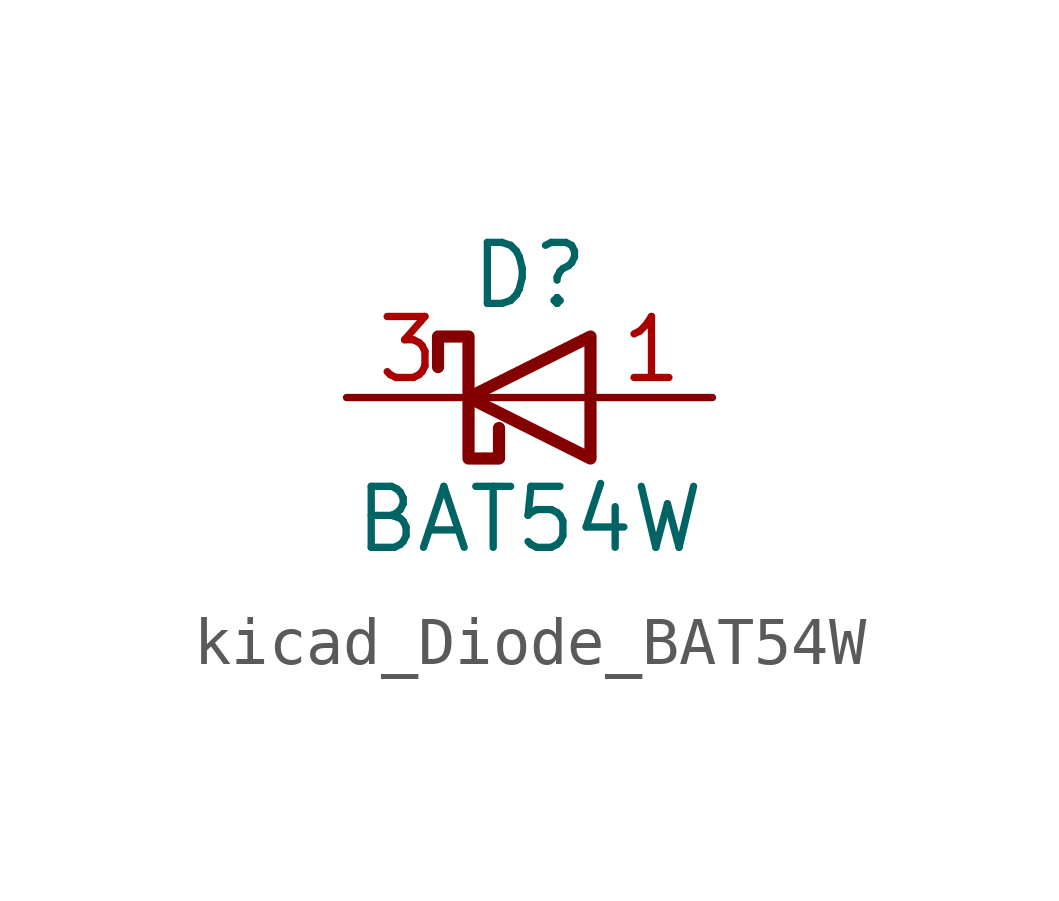
<source format=kicad_sym>
(kicad_symbol_lib
  (version 20220914)
  (generator kicad_symbol_editor)
  (symbol "kicad_Diode_BAT54W"
    (pin_names
      (offset 1.016) hide)
    (property "Reference" "D"
      (at 0 2.54 0)
      (effects (font (size 1.27 1.27))))
    (property "Value" "BAT54W"
      (at 0 -2.54 0)
      (effects (font (size 1.27 1.27))))
    (symbol "kicad_Diode_BAT54W_0_1"
      (polyline (pts (xy 1.27 0) (xy -1.27 0)) (stroke (width 0) (type default)) (fill (type none)))
      (polyline (pts (xy 1.27 1.27) (xy 1.27 -1.27) (xy -1.27 0) (xy 1.27 1.27)) (stroke (width 0.254) (type default)) (fill (type none)))
      (polyline (pts (xy -1.905 0.635) (xy -1.905 1.27) (xy -1.27 1.27) (xy -1.27 -1.27) (xy -0.635 -1.27) (xy -0.635 -0.635)) (stroke (width 0.254) (type default)) (fill (type none))))
    (symbol "kicad_Diode_BAT54W_1_1"
      (pin passive line (at 3.81 0 180) (length 2.54) (name "A" (effects (font (size 1.27 1.27)))) (number "1" (effects (font (size 1.27 1.27)))))
      (pin no_connect line (at 0 0 90) (length 2.54) hide (name "NC" (effects (font (size 1.27 1.27)))) (number "2" (effects (font (size 1.27 1.27)))))
      (pin passive line (at -3.81 0 0) (length 2.54) (name "K" (effects (font (size 1.27 1.27)))) (number "3" (effects (font (size 1.27 1.27))))))))
</source>
